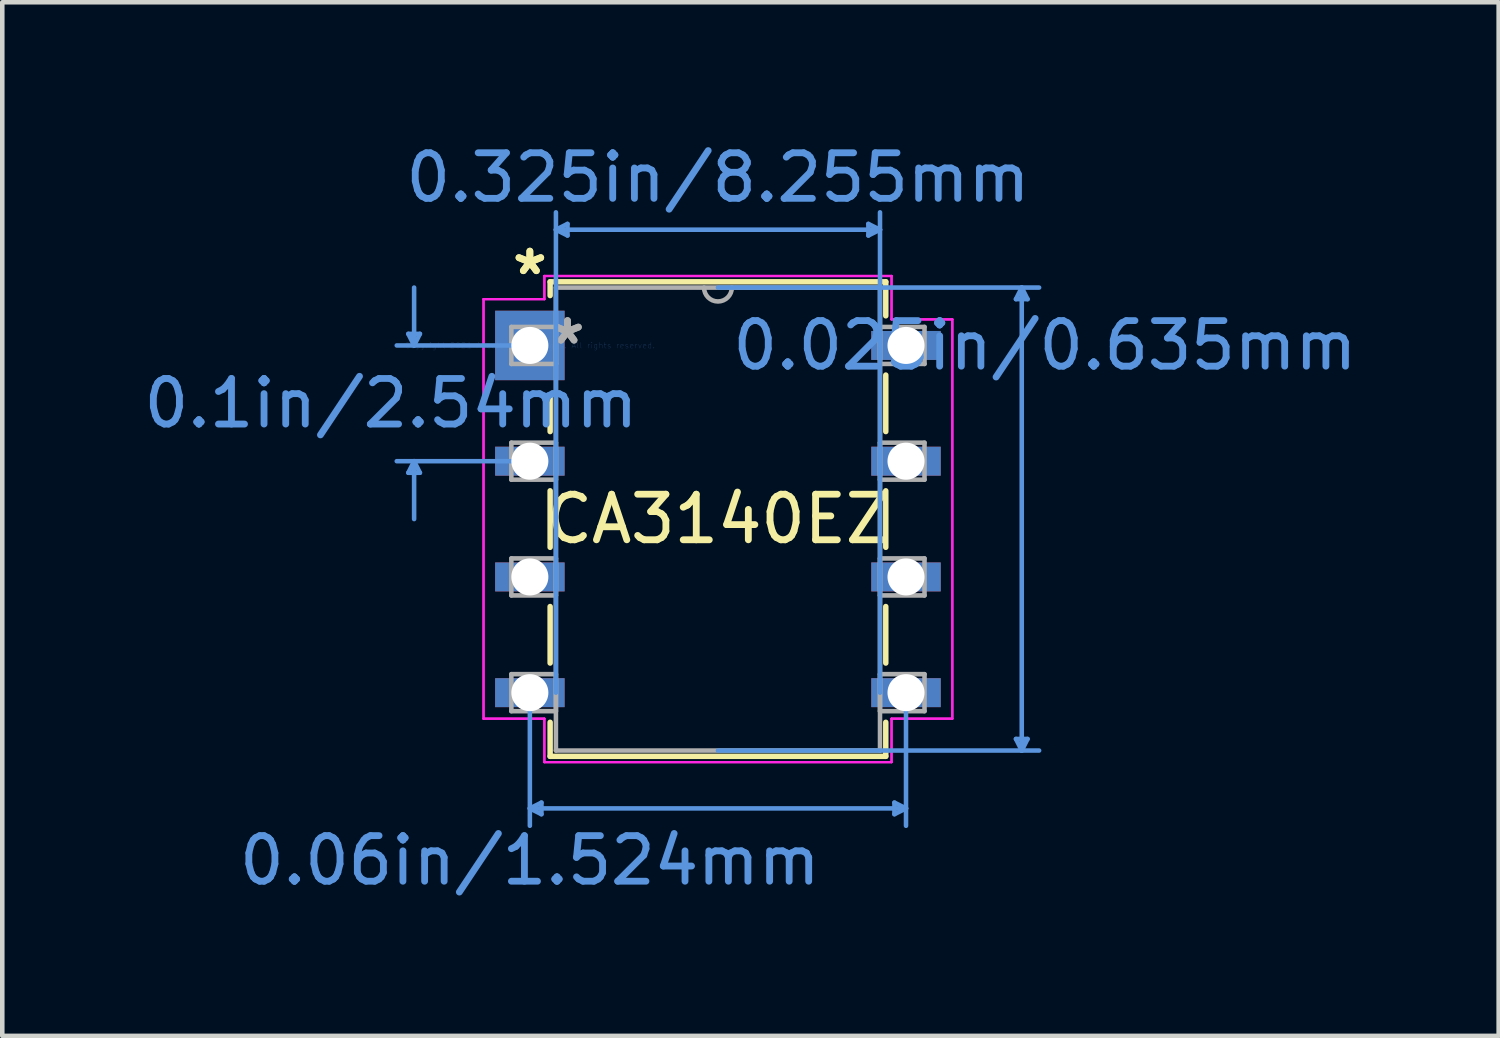
<source format=kicad_pcb>
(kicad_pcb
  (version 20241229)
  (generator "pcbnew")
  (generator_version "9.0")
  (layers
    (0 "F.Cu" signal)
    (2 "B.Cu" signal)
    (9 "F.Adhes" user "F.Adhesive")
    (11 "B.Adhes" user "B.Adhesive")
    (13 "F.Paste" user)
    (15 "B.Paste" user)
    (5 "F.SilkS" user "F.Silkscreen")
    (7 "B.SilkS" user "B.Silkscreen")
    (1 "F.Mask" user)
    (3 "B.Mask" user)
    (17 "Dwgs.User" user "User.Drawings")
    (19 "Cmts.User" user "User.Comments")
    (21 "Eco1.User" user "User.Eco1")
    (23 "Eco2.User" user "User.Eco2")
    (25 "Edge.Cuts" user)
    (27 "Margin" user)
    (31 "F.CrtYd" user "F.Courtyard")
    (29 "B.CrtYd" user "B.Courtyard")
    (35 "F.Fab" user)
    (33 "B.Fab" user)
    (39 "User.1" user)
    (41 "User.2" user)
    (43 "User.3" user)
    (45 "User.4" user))
  (footprint "CA3140EZ"
    (layer "F.Cu")
    (at 8.578 4.531)
    (property "Reference" "CA3140EZ" (at 4.128 3.81 0) (layer "F.SilkS") (effects (font (size 1 1) (thickness 0.15))))
    (attr through_hole)
    (fp_line (start 0.445 -1.397) (end 0.445 -1.095) (stroke (width 0.12) (type solid)) (layer "F.SilkS"))
    (fp_line (start 0.445 1.095) (end 0.445 1.89) (stroke (width 0.12) (type solid)) (layer "F.SilkS"))
    (fp_line (start 0.445 3.19) (end 0.445 4.43) (stroke (width 0.12) (type solid)) (layer "F.SilkS"))
    (fp_line (start 0.445 5.73) (end 0.445 6.97) (stroke (width 0.12) (type solid)) (layer "F.SilkS"))
    (fp_line (start 0.445 8.27) (end 0.445 9.017) (stroke (width 0.12) (type solid)) (layer "F.SilkS"))
    (fp_line (start 0.445 9.017) (end 7.811 9.017) (stroke (width 0.12) (type solid)) (layer "F.SilkS"))
    (fp_line (start 7.811 -1.397) (end 0.445 -1.397) (stroke (width 0.12) (type solid)) (layer "F.SilkS"))
    (fp_line (start 7.811 -0.65) (end 7.811 -1.397) (stroke (width 0.12) (type solid)) (layer "F.SilkS"))
    (fp_line (start 7.811 1.89) (end 7.811 0.65) (stroke (width 0.12) (type solid)) (layer "F.SilkS"))
    (fp_line (start 7.811 4.43) (end 7.811 3.19) (stroke (width 0.12) (type solid)) (layer "F.SilkS"))
    (fp_line (start 7.811 6.97) (end 7.811 5.73) (stroke (width 0.12) (type solid)) (layer "F.SilkS"))
    (fp_line (start 7.811 9.017) (end 7.811 8.27) (stroke (width 0.12) (type solid)) (layer "F.SilkS"))
    (fp_line (start -2.667 -0.254) (end -2.413 -0.254) (stroke (width 0.1) (type solid)) (layer "Cmts.User"))
    (fp_line (start -2.667 2.794) (end -2.413 2.794) (stroke (width 0.1) (type solid)) (layer "Cmts.User"))
    (fp_line (start -2.54 0) (end -2.667 -0.254) (stroke (width 0.1) (type solid)) (layer "Cmts.User"))
    (fp_line (start -2.54 0) (end -2.54 -1.27) (stroke (width 0.1) (type solid)) (layer "Cmts.User"))
    (fp_line (start -2.54 0) (end -2.413 -0.254) (stroke (width 0.1) (type solid)) (layer "Cmts.User"))
    (fp_line (start -2.54 2.54) (end -2.667 2.794) (stroke (width 0.1) (type solid)) (layer "Cmts.User"))
    (fp_line (start -2.54 2.54) (end -2.54 3.81) (stroke (width 0.1) (type solid)) (layer "Cmts.User"))
    (fp_line (start -2.54 2.54) (end -2.413 2.794) (stroke (width 0.1) (type solid)) (layer "Cmts.User"))
    (fp_line (start 0 0) (end -2.921 0) (stroke (width 0.1) (type solid)) (layer "Cmts.User"))
    (fp_line (start 0 2.54) (end -2.921 2.54) (stroke (width 0.1) (type solid)) (layer "Cmts.User"))
    (fp_line (start 0 7.62) (end 0 10.541) (stroke (width 0.1) (type solid)) (layer "Cmts.User"))
    (fp_line (start 0 10.16) (end 0.254 10.033) (stroke (width 0.1) (type solid)) (layer "Cmts.User"))
    (fp_line (start 0 10.16) (end 0.254 10.287) (stroke (width 0.1) (type solid)) (layer "Cmts.User"))
    (fp_line (start 0 10.16) (end 8.255 10.16) (stroke (width 0.1) (type solid)) (layer "Cmts.User"))
    (fp_line (start 0.254 10.033) (end 0.254 10.287) (stroke (width 0.1) (type solid)) (layer "Cmts.User"))
    (fp_line (start 0.572 -2.54) (end 0.826 -2.667) (stroke (width 0.1) (type solid)) (layer "Cmts.User"))
    (fp_line (start 0.572 -2.54) (end 0.826 -2.413) (stroke (width 0.1) (type solid)) (layer "Cmts.User"))
    (fp_line (start 0.572 -2.54) (end 7.684 -2.54) (stroke (width 0.1) (type solid)) (layer "Cmts.User"))
    (fp_line (start 0.572 7.62) (end 0.572 -2.921) (stroke (width 0.1) (type solid)) (layer "Cmts.User"))
    (fp_line (start 0.826 -2.667) (end 0.826 -2.413) (stroke (width 0.1) (type solid)) (layer "Cmts.User"))
    (fp_line (start 4.128 -1.27) (end 11.176 -1.27) (stroke (width 0.1) (type solid)) (layer "Cmts.User"))
    (fp_line (start 4.128 8.89) (end 11.176 8.89) (stroke (width 0.1) (type solid)) (layer "Cmts.User"))
    (fp_line (start 7.429 -2.667) (end 7.429 -2.413) (stroke (width 0.1) (type solid)) (layer "Cmts.User"))
    (fp_line (start 7.684 -2.54) (end 7.429 -2.667) (stroke (width 0.1) (type solid)) (layer "Cmts.User"))
    (fp_line (start 7.684 -2.54) (end 7.429 -2.413) (stroke (width 0.1) (type solid)) (layer "Cmts.User"))
    (fp_line (start 7.684 7.62) (end 7.684 -2.921) (stroke (width 0.1) (type solid)) (layer "Cmts.User"))
    (fp_line (start 8.001 10.033) (end 8.001 10.287) (stroke (width 0.1) (type solid)) (layer "Cmts.User"))
    (fp_line (start 8.255 7.62) (end 8.255 10.541) (stroke (width 0.1) (type solid)) (layer "Cmts.User"))
    (fp_line (start 8.255 10.16) (end 8.001 10.033) (stroke (width 0.1) (type solid)) (layer "Cmts.User"))
    (fp_line (start 8.255 10.16) (end 8.001 10.287) (stroke (width 0.1) (type solid)) (layer "Cmts.User"))
    (fp_line (start 10.668 -1.016) (end 10.922 -1.016) (stroke (width 0.1) (type solid)) (layer "Cmts.User"))
    (fp_line (start 10.668 8.636) (end 10.922 8.636) (stroke (width 0.1) (type solid)) (layer "Cmts.User"))
    (fp_line (start 10.795 -1.27) (end 10.668 -1.016) (stroke (width 0.1) (type solid)) (layer "Cmts.User"))
    (fp_line (start 10.795 -1.27) (end 10.795 8.89) (stroke (width 0.1) (type solid)) (layer "Cmts.User"))
    (fp_line (start 10.795 -1.27) (end 10.922 -1.016) (stroke (width 0.1) (type solid)) (layer "Cmts.User"))
    (fp_line (start 10.795 8.89) (end 10.668 8.636) (stroke (width 0.1) (type solid)) (layer "Cmts.User"))
    (fp_line (start 10.795 8.89) (end 10.922 8.636) (stroke (width 0.1) (type solid)) (layer "Cmts.User"))
    (fp_line (start -1.016 -1.016) (end -1.016 8.191) (stroke (width 0.05) (type solid)) (layer "F.CrtYd"))
    (fp_line (start -1.016 -1.016) (end 0.318 -1.016) (stroke (width 0.05) (type solid)) (layer "F.CrtYd"))
    (fp_line (start -1.016 8.191) (end -1.016 -1.016) (stroke (width 0.05) (type solid)) (layer "F.CrtYd"))
    (fp_line (start -1.016 8.191) (end 0.318 8.191) (stroke (width 0.05) (type solid)) (layer "F.CrtYd"))
    (fp_line (start 0.318 -1.524) (end 0.318 -1.016) (stroke (width 0.05) (type solid)) (layer "F.CrtYd"))
    (fp_line (start 0.318 -1.524) (end 7.938 -1.524) (stroke (width 0.05) (type solid)) (layer "F.CrtYd"))
    (fp_line (start 0.318 -1.016) (end -1.016 -1.016) (stroke (width 0.05) (type solid)) (layer "F.CrtYd"))
    (fp_line (start 0.318 -1.016) (end 0.318 -1.524) (stroke (width 0.05) (type solid)) (layer "F.CrtYd"))
    (fp_line (start 0.318 8.191) (end -1.016 8.191) (stroke (width 0.05) (type solid)) (layer "F.CrtYd"))
    (fp_line (start 0.318 8.191) (end 0.318 9.144) (stroke (width 0.05) (type solid)) (layer "F.CrtYd"))
    (fp_line (start 0.318 9.144) (end 0.318 8.191) (stroke (width 0.05) (type solid)) (layer "F.CrtYd"))
    (fp_line (start 0.318 9.144) (end 7.938 9.144) (stroke (width 0.05) (type solid)) (layer "F.CrtYd"))
    (fp_line (start 7.938 -1.524) (end 0.318 -1.524) (stroke (width 0.05) (type solid)) (layer "F.CrtYd"))
    (fp_line (start 7.938 -1.524) (end 7.938 -0.572) (stroke (width 0.05) (type solid)) (layer "F.CrtYd"))
    (fp_line (start 7.938 -0.572) (end 7.938 -1.524) (stroke (width 0.05) (type solid)) (layer "F.CrtYd"))
    (fp_line (start 7.938 8.191) (end 7.938 9.144) (stroke (width 0.05) (type solid)) (layer "F.CrtYd"))
    (fp_line (start 7.938 8.191) (end 9.271 8.191) (stroke (width 0.05) (type solid)) (layer "F.CrtYd"))
    (fp_line (start 7.938 9.144) (end 0.318 9.144) (stroke (width 0.05) (type solid)) (layer "F.CrtYd"))
    (fp_line (start 7.938 9.144) (end 7.938 8.191) (stroke (width 0.05) (type solid)) (layer "F.CrtYd"))
    (fp_line (start 9.271 -0.572) (end 7.938 -0.572) (stroke (width 0.05) (type solid)) (layer "F.CrtYd"))
    (fp_line (start 9.271 -0.572) (end 7.938 -0.572) (stroke (width 0.05) (type solid)) (layer "F.CrtYd"))
    (fp_line (start 9.271 -0.572) (end 9.271 8.191) (stroke (width 0.05) (type solid)) (layer "F.CrtYd"))
    (fp_line (start 9.271 8.191) (end 7.938 8.191) (stroke (width 0.05) (type solid)) (layer "F.CrtYd"))
    (fp_line (start 9.271 8.191) (end 9.271 -0.572) (stroke (width 0.05) (type solid)) (layer "F.CrtYd"))
    (fp_line (start -0.406 -0.406) (end -0.406 0.406) (stroke (width 0.1) (type solid)) (layer "F.Fab"))
    (fp_line (start -0.406 0.406) (end 0.572 0.406) (stroke (width 0.1) (type solid)) (layer "F.Fab"))
    (fp_line (start -0.406 2.134) (end -0.406 2.946) (stroke (width 0.1) (type solid)) (layer "F.Fab"))
    (fp_line (start -0.406 2.946) (end 0.572 2.946) (stroke (width 0.1) (type solid)) (layer "F.Fab"))
    (fp_line (start -0.406 4.674) (end -0.406 5.486) (stroke (width 0.1) (type solid)) (layer "F.Fab"))
    (fp_line (start -0.406 5.486) (end 0.572 5.486) (stroke (width 0.1) (type solid)) (layer "F.Fab"))
    (fp_line (start -0.406 7.214) (end -0.406 8.026) (stroke (width 0.1) (type solid)) (layer "F.Fab"))
    (fp_line (start -0.406 8.026) (end 0.572 8.026) (stroke (width 0.1) (type solid)) (layer "F.Fab"))
    (fp_line (start 0.572 -1.27) (end 0.572 8.89) (stroke (width 0.1) (type solid)) (layer "F.Fab"))
    (fp_line (start 0.572 -0.406) (end -0.406 -0.406) (stroke (width 0.1) (type solid)) (layer "F.Fab"))
    (fp_line (start 0.572 0.406) (end 0.572 -0.406) (stroke (width 0.1) (type solid)) (layer "F.Fab"))
    (fp_line (start 0.572 2.134) (end -0.406 2.134) (stroke (width 0.1) (type solid)) (layer "F.Fab"))
    (fp_line (start 0.572 2.946) (end 0.572 2.134) (stroke (width 0.1) (type solid)) (layer "F.Fab"))
    (fp_line (start 0.572 4.674) (end -0.406 4.674) (stroke (width 0.1) (type solid)) (layer "F.Fab"))
    (fp_line (start 0.572 5.486) (end 0.572 4.674) (stroke (width 0.1) (type solid)) (layer "F.Fab"))
    (fp_line (start 0.572 7.214) (end -0.406 7.214) (stroke (width 0.1) (type solid)) (layer "F.Fab"))
    (fp_line (start 0.572 8.026) (end 0.572 7.214) (stroke (width 0.1) (type solid)) (layer "F.Fab"))
    (fp_line (start 0.572 8.89) (end 7.684 8.89) (stroke (width 0.1) (type solid)) (layer "F.Fab"))
    (fp_line (start 7.684 -1.27) (end 0.572 -1.27) (stroke (width 0.1) (type solid)) (layer "F.Fab"))
    (fp_line (start 7.684 -0.406) (end 7.684 0.406) (stroke (width 0.1) (type solid)) (layer "F.Fab"))
    (fp_line (start 7.684 0.406) (end 8.661 0.406) (stroke (width 0.1) (type solid)) (layer "F.Fab"))
    (fp_line (start 7.684 2.134) (end 7.684 2.946) (stroke (width 0.1) (type solid)) (layer "F.Fab"))
    (fp_line (start 7.684 2.946) (end 8.661 2.946) (stroke (width 0.1) (type solid)) (layer "F.Fab"))
    (fp_line (start 7.684 4.674) (end 7.684 5.486) (stroke (width 0.1) (type solid)) (layer "F.Fab"))
    (fp_line (start 7.684 5.486) (end 8.661 5.486) (stroke (width 0.1) (type solid)) (layer "F.Fab"))
    (fp_line (start 7.684 7.214) (end 7.684 8.026) (stroke (width 0.1) (type solid)) (layer "F.Fab"))
    (fp_line (start 7.684 8.026) (end 8.661 8.026) (stroke (width 0.1) (type solid)) (layer "F.Fab"))
    (fp_line (start 7.684 8.89) (end 7.684 -1.27) (stroke (width 0.1) (type solid)) (layer "F.Fab"))
    (fp_line (start 8.661 -0.406) (end 7.684 -0.406) (stroke (width 0.1) (type solid)) (layer "F.Fab"))
    (fp_line (start 8.661 0.406) (end 8.661 -0.406) (stroke (width 0.1) (type solid)) (layer "F.Fab"))
    (fp_line (start 8.661 2.134) (end 7.684 2.134) (stroke (width 0.1) (type solid)) (layer "F.Fab"))
    (fp_line (start 8.661 2.946) (end 8.661 2.134) (stroke (width 0.1) (type solid)) (layer "F.Fab"))
    (fp_line (start 8.661 4.674) (end 7.684 4.674) (stroke (width 0.1) (type solid)) (layer "F.Fab"))
    (fp_line (start 8.661 5.486) (end 8.661 4.674) (stroke (width 0.1) (type solid)) (layer "F.Fab"))
    (fp_line (start 8.661 7.214) (end 7.684 7.214) (stroke (width 0.1) (type solid)) (layer "F.Fab"))
    (fp_line (start 8.661 8.026) (end 8.661 7.214) (stroke (width 0.1) (type solid)) (layer "F.Fab"))
    (fp_arc (start 4.4323 -1.27) (mid 4.1275 -0.9652) (end 3.8227 -1.27) (stroke (width 0.1) (type solid)) (layer "F.Fab"))
    (fp_text user "*" (at 0 -1.524 0) (layer "F.SilkS") (effects (font (size 1 1) (thickness 0.15))))
    (fp_text user "*" (at 0 -1.524 0) (layer "F.SilkS") (effects (font (size 1 1) (thickness 0.15))))
    (fp_text user "0.325in/8.255mm" (at 4.128 -3.683 0) (layer "Cmts.User") (effects (font (size 1 1) (thickness 0.15))))
    (fp_text user "0.06in/1.524mm" (at 0 11.303 0) (layer "Cmts.User") (effects (font (size 1 1) (thickness 0.15))))
    (fp_text user "0.025in/0.635mm" (at 11.303 0 0) (layer "Cmts.User") (effects (font (size 1 1) (thickness 0.15))))
    (fp_text user "0.1in/2.54mm" (at -3.048 1.27 0) (layer "Cmts.User") (effects (font (size 1 1) (thickness 0.15))))
    (fp_text user "Copyright 2021 Accelerated Designs. All rights reserved." (at 0 0 0) (layer "Cmts.User") (effects (font (size 0.127 0.127) (thickness 0.002))))
    (fp_text user "*" (at 0.826 0 0) (layer "F.Fab") (effects (font (size 1 1) (thickness 0.15))))
    (fp_text user "*" (at 0.826 0 0) (layer "F.Fab") (effects (font (size 1 1) (thickness 0.15))))
    (pad "1" thru_hole rect (at 0 0) (size 1.524 1.524) (drill 0.813) (layers "*.Cu" "*.Mask"))
    (pad "2" thru_hole rect (at 0 2.54) (size 1.524 0.635) (drill 0.813) (layers "*.Cu" "*.Mask"))
    (pad "3" thru_hole rect (at 0 5.08) (size 1.524 0.635) (drill 0.813) (layers "*.Cu" "*.Mask"))
    (pad "4" thru_hole rect (at 0 7.62) (size 1.524 0.635) (drill 0.813) (layers "*.Cu" "*.Mask"))
    (pad "5" thru_hole rect (at 8.255 7.62) (size 1.524 0.635) (drill 0.813) (layers "*.Cu" "*.Mask"))
    (pad "6" thru_hole rect (at 8.255 5.08) (size 1.524 0.635) (drill 0.813) (layers "*.Cu" "*.Mask"))
    (pad "7" thru_hole rect (at 8.255 2.54) (size 1.524 0.635) (drill 0.813) (layers "*.Cu" "*.Mask"))
    (pad "8" thru_hole rect (at 8.255 0) (size 1.524 0.635) (drill 0.813) (layers "*.Cu" "*.Mask")))
  (gr_rect
    (start -3 -3)
    (end 29.839 19.683)
    (stroke (width 0.1) (type default))
    (fill no)
    (layer "Edge.Cuts")))
</source>
